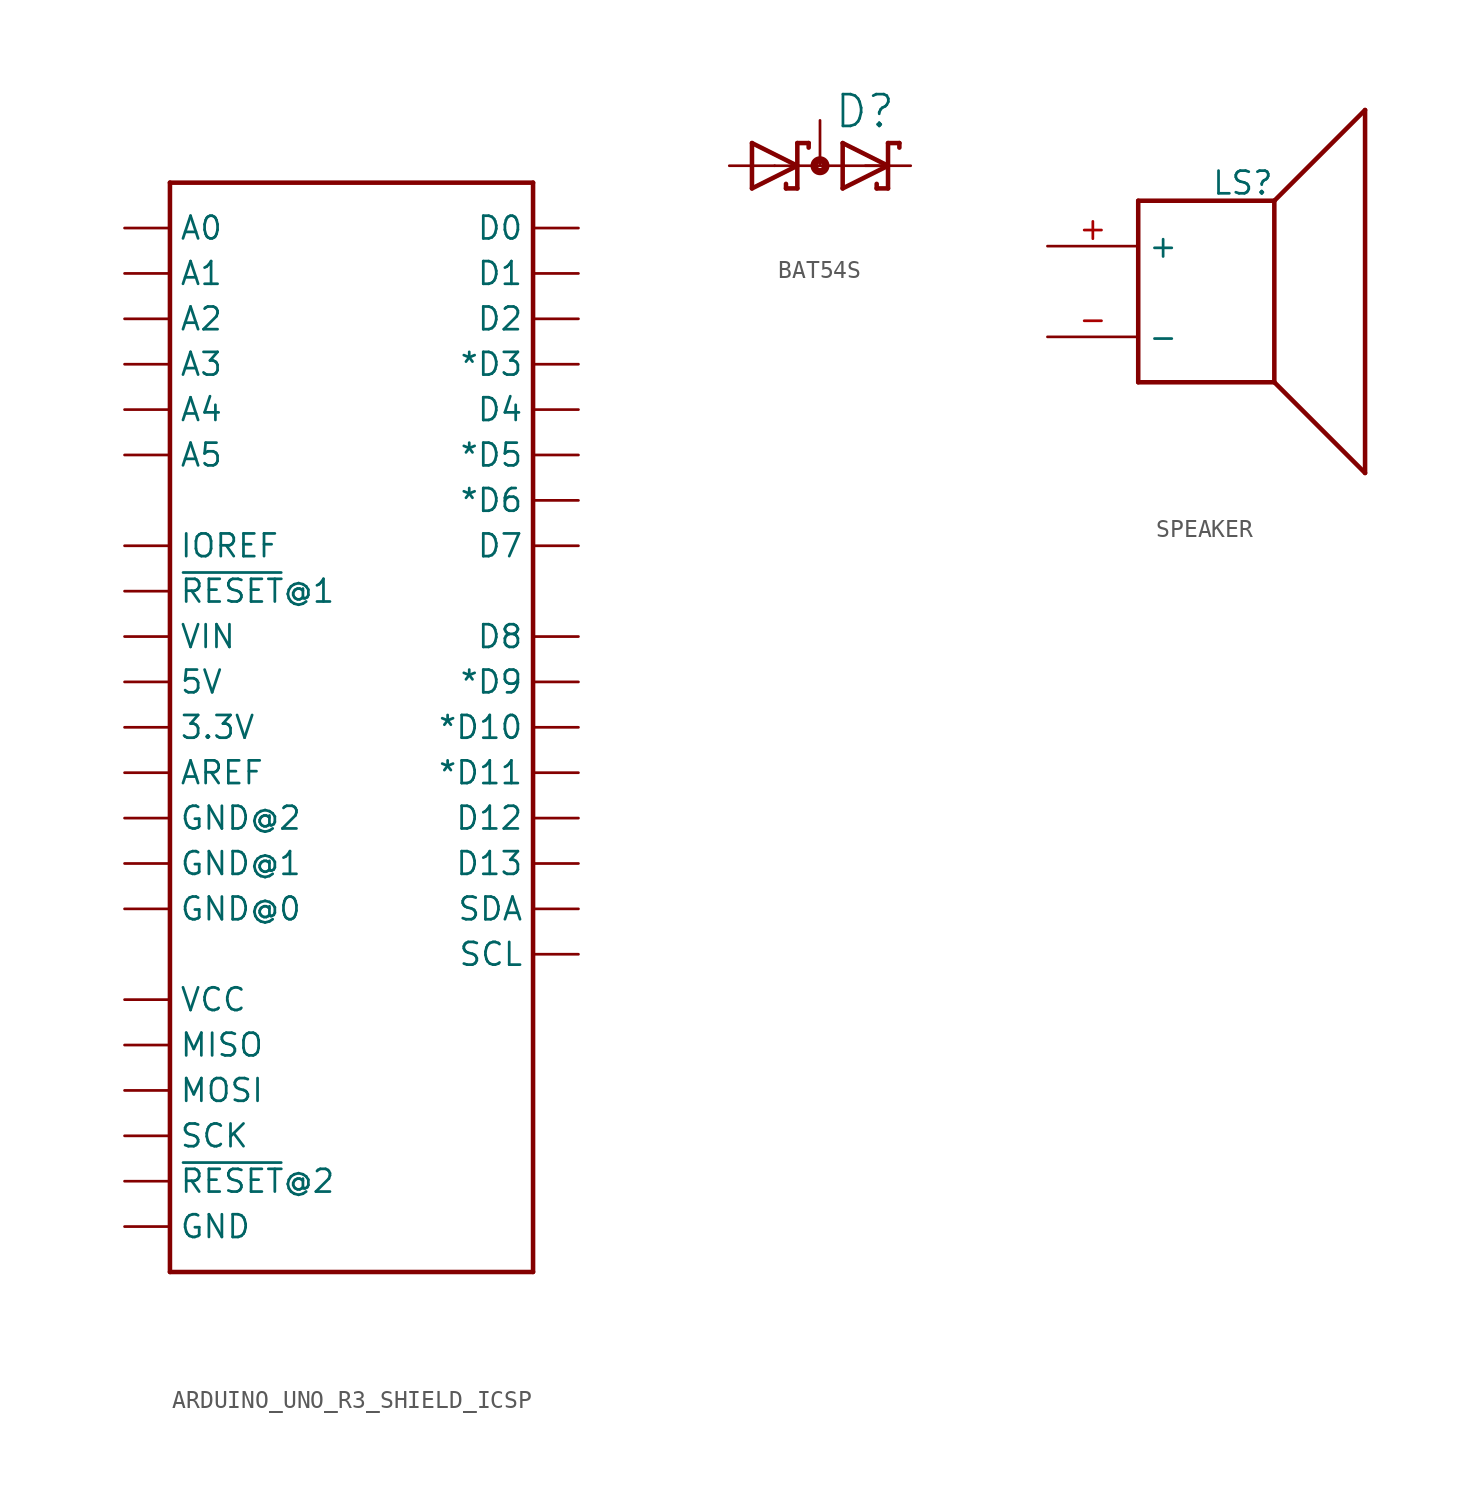
<source format=kicad_sym>
(kicad_symbol_lib
  (version 20220914)
  (generator kicad_symbol_editor)
  (symbol "ARDUINO_UNO_R3_SHIELD_ICSP"
    (property "Reference" "B"
      (at -9.652 31.242 0)
      (effects (font (size 1.778 1.778)) (justify left bottom) hide))
    (property "ki_locked" ""
      (at 0 0 0)
      (effects (font (size 1.27 1.27))))
    (symbol "ARDUINO_UNO_R3_SHIELD_ICSP_1_0"
      (polyline (pts (xy -10.16 -30.48) (xy -10.16 30.48)) (stroke (width 0.254) (type solid)) (fill (type none)))
      (polyline (pts (xy -10.16 30.48) (xy 10.16 30.48)) (stroke (width 0.254) (type solid)) (fill (type none)))
      (polyline (pts (xy 10.16 -30.48) (xy -10.16 -30.48)) (stroke (width 0.254) (type solid)) (fill (type none)))
      (polyline (pts (xy 10.16 30.48) (xy 10.16 -30.48)) (stroke (width 0.254) (type solid)) (fill (type none)))
      (pin bidirectional line (at -12.7 0 0) (length 2.54) (name "3.3V" (effects (font (size 1.27 1.27)))) (number "3.3V" (effects (font (size 0 0)))))
      (pin bidirectional line (at -12.7 2.54 0) (length 2.54) (name "5V" (effects (font (size 1.27 1.27)))) (number "5V" (effects (font (size 0 0)))))
      (pin bidirectional line (at -12.7 -15.24 0) (length 2.54) (name "VCC" (effects (font (size 1.27 1.27)))) (number "5V_ICSP" (effects (font (size 0 0)))))
      (pin bidirectional line (at -12.7 27.94 0) (length 2.54) (name "A0" (effects (font (size 1.27 1.27)))) (number "A0" (effects (font (size 0 0)))))
      (pin bidirectional line (at -12.7 25.4 0) (length 2.54) (name "A1" (effects (font (size 1.27 1.27)))) (number "A1" (effects (font (size 0 0)))))
      (pin bidirectional line (at -12.7 22.86 0) (length 2.54) (name "A2" (effects (font (size 1.27 1.27)))) (number "A2" (effects (font (size 0 0)))))
      (pin bidirectional line (at -12.7 20.32 0) (length 2.54) (name "A3" (effects (font (size 1.27 1.27)))) (number "A3" (effects (font (size 0 0)))))
      (pin bidirectional line (at -12.7 17.78 0) (length 2.54) (name "A4" (effects (font (size 1.27 1.27)))) (number "A4" (effects (font (size 0 0)))))
      (pin bidirectional line (at -12.7 15.24 0) (length 2.54) (name "A5" (effects (font (size 1.27 1.27)))) (number "A5" (effects (font (size 0 0)))))
      (pin bidirectional line (at -12.7 -2.54 0) (length 2.54) (name "AREF" (effects (font (size 1.27 1.27)))) (number "AREF" (effects (font (size 0 0)))))
      (pin bidirectional line (at 12.7 0 180) (length 2.54) (name "*D10" (effects (font (size 1.27 1.27)))) (number "D10" (effects (font (size 0 0)))))
      (pin bidirectional line (at 12.7 -2.54 180) (length 2.54) (name "*D11" (effects (font (size 1.27 1.27)))) (number "D11" (effects (font (size 0 0)))))
      (pin bidirectional line (at 12.7 -5.08 180) (length 2.54) (name "D12" (effects (font (size 1.27 1.27)))) (number "D12" (effects (font (size 0 0)))))
      (pin bidirectional line (at 12.7 -7.62 180) (length 2.54) (name "D13" (effects (font (size 1.27 1.27)))) (number "D13" (effects (font (size 0 0)))))
      (pin bidirectional line (at 12.7 22.86 180) (length 2.54) (name "D2" (effects (font (size 1.27 1.27)))) (number "D2" (effects (font (size 0 0)))))
      (pin bidirectional line (at 12.7 20.32 180) (length 2.54) (name "*D3" (effects (font (size 1.27 1.27)))) (number "D3" (effects (font (size 0 0)))))
      (pin bidirectional line (at 12.7 17.78 180) (length 2.54) (name "D4" (effects (font (size 1.27 1.27)))) (number "D4" (effects (font (size 0 0)))))
      (pin bidirectional line (at 12.7 15.24 180) (length 2.54) (name "*D5" (effects (font (size 1.27 1.27)))) (number "D5" (effects (font (size 0 0)))))
      (pin bidirectional line (at 12.7 12.7 180) (length 2.54) (name "*D6" (effects (font (size 1.27 1.27)))) (number "D6" (effects (font (size 0 0)))))
      (pin bidirectional line (at 12.7 10.16 180) (length 2.54) (name "D7" (effects (font (size 1.27 1.27)))) (number "D7" (effects (font (size 0 0)))))
      (pin bidirectional line (at 12.7 5.08 180) (length 2.54) (name "D8" (effects (font (size 1.27 1.27)))) (number "D8" (effects (font (size 0 0)))))
      (pin bidirectional line (at 12.7 2.54 180) (length 2.54) (name "*D9" (effects (font (size 1.27 1.27)))) (number "D9" (effects (font (size 0 0)))))
      (pin bidirectional line (at -12.7 -10.16 0) (length 2.54) (name "GND@0" (effects (font (size 1.27 1.27)))) (number "GND@0" (effects (font (size 0 0)))))
      (pin bidirectional line (at -12.7 -7.62 0) (length 2.54) (name "GND@1" (effects (font (size 1.27 1.27)))) (number "GND@1" (effects (font (size 0 0)))))
      (pin bidirectional line (at -12.7 -5.08 0) (length 2.54) (name "GND@2" (effects (font (size 1.27 1.27)))) (number "GND@2" (effects (font (size 0 0)))))
      (pin bidirectional line (at -12.7 -27.94 0) (length 2.54) (name "GND" (effects (font (size 1.27 1.27)))) (number "GND_ICSP" (effects (font (size 0 0)))))
      (pin bidirectional line (at -12.7 10.16 0) (length 2.54) (name "IOREF" (effects (font (size 1.27 1.27)))) (number "IOREF" (effects (font (size 0 0)))))
      (pin bidirectional line (at -12.7 -17.78 0) (length 2.54) (name "MISO" (effects (font (size 1.27 1.27)))) (number "MISO" (effects (font (size 0 0)))))
      (pin bidirectional line (at -12.7 -20.32 0) (length 2.54) (name "MOSI" (effects (font (size 1.27 1.27)))) (number "MOSI" (effects (font (size 0 0)))))
      (pin bidirectional line (at -12.7 7.62 0) (length 2.54) (name "~{RESET}@1" (effects (font (size 1.27 1.27)))) (number "RES" (effects (font (size 0 0)))))
      (pin bidirectional line (at -12.7 -25.4 0) (length 2.54) (name "~{RESET}@2" (effects (font (size 1.27 1.27)))) (number "RST_ICSP" (effects (font (size 0 0)))))
      (pin bidirectional line (at 12.7 27.94 180) (length 2.54) (name "D0" (effects (font (size 1.27 1.27)))) (number "RX" (effects (font (size 0 0)))))
      (pin bidirectional line (at -12.7 -22.86 0) (length 2.54) (name "SCK" (effects (font (size 1.27 1.27)))) (number "SCK" (effects (font (size 0 0)))))
      (pin bidirectional line (at 12.7 -12.7 180) (length 2.54) (name "SCL" (effects (font (size 1.27 1.27)))) (number "SCL" (effects (font (size 0 0)))))
      (pin bidirectional line (at 12.7 -10.16 180) (length 2.54) (name "SDA" (effects (font (size 1.27 1.27)))) (number "SDA" (effects (font (size 0 0)))))
      (pin bidirectional line (at 12.7 25.4 180) (length 2.54) (name "D1" (effects (font (size 1.27 1.27)))) (number "TX" (effects (font (size 0 0)))))
      (pin bidirectional line (at -12.7 5.08 0) (length 2.54) (name "VIN" (effects (font (size 1.27 1.27)))) (number "VIN" (effects (font (size 0 0)))))))
  (symbol "BAT54S"
    (property "Reference" "D"
      (at 0.762 2.007 0)
      (effects (font (size 1.778 1.778)) (justify left bottom)))
    (property "Value" ""
      (at -4.318 -3.962 0)
      (effects (font (size 1.778 1.778)) (justify left bottom)))
    (property "ki_locked" ""
      (at 0 0 0)
      (effects (font (size 1.27 1.27))))
    (symbol "BAT54S_1_0"
      (polyline (pts (xy -3.81 -1.27) (xy -1.27 0)) (stroke (width 0.254) (type solid)) (fill (type none)))
      (polyline (pts (xy -3.81 1.27) (xy -3.81 -1.27)) (stroke (width 0.254) (type solid)) (fill (type none)))
      (polyline (pts (xy -2.54 0) (xy -1.27 0)) (stroke (width 0.152) (type solid)) (fill (type none)))
      (polyline (pts (xy -1.905 -1.016) (xy -1.905 -1.27)) (stroke (width 0.254) (type solid)) (fill (type none)))
      (polyline (pts (xy -1.27 -1.27) (xy -1.905 -1.27)) (stroke (width 0.254) (type solid)) (fill (type none)))
      (polyline (pts (xy -1.27 0) (xy -3.81 1.27)) (stroke (width 0.254) (type solid)) (fill (type none)))
      (polyline (pts (xy -1.27 0) (xy -1.27 -1.27)) (stroke (width 0.254) (type solid)) (fill (type none)))
      (polyline (pts (xy -1.27 0) (xy 3.81 0)) (stroke (width 0.152) (type solid)) (fill (type none)))
      (polyline (pts (xy -1.27 1.27) (xy -1.27 0)) (stroke (width 0.254) (type solid)) (fill (type none)))
      (polyline (pts (xy -0.635 1.016) (xy -0.635 1.27)) (stroke (width 0.254) (type solid)) (fill (type none)))
      (polyline (pts (xy -0.635 1.27) (xy -1.27 1.27)) (stroke (width 0.254) (type solid)) (fill (type none)))
      (polyline (pts (xy 1.27 -1.27) (xy 1.27 1.27)) (stroke (width 0.254) (type solid)) (fill (type none)))
      (polyline (pts (xy 1.27 1.27) (xy 3.81 0)) (stroke (width 0.254) (type solid)) (fill (type none)))
      (polyline (pts (xy 3.175 -1.27) (xy 3.81 -1.27)) (stroke (width 0.254) (type solid)) (fill (type none)))
      (polyline (pts (xy 3.175 -1.016) (xy 3.175 -1.27)) (stroke (width 0.254) (type solid)) (fill (type none)))
      (polyline (pts (xy 3.81 -1.27) (xy 3.81 0)) (stroke (width 0.254) (type solid)) (fill (type none)))
      (polyline (pts (xy 3.81 0) (xy 1.27 -1.27)) (stroke (width 0.254) (type solid)) (fill (type none)))
      (polyline (pts (xy 3.81 0) (xy 3.81 1.27)) (stroke (width 0.254) (type solid)) (fill (type none)))
      (polyline (pts (xy 3.81 1.27) (xy 4.445 1.27)) (stroke (width 0.254) (type solid)) (fill (type none)))
      (polyline (pts (xy 4.445 1.016) (xy 4.445 1.27)) (stroke (width 0.254) (type solid)) (fill (type none)))
      (circle (center 0 0) (radius 0.127) (stroke (width 0.406) (type solid)) (fill (type none)))
      (pin passive line (at -5.08 0 0) (length 2.54) (name "A1" (effects (font (size 0 0)))) (number "1" (effects (font (size 0 0)))))
      (pin passive line (at 5.08 0 180) (length 2.54) (name "K2" (effects (font (size 0 0)))) (number "2" (effects (font (size 0 0)))))
      (pin passive line (at 0 2.54 270) (length 2.54) (name "K1A2" (effects (font (size 0 0)))) (number "3" (effects (font (size 0 0)))))))
  (symbol "SPEAKER"
    (property "Reference" "LS"
      (at 2.54 5.334 0)
      (effects (font (size 1.27 1.27)) (justify right bottom)))
    (property "Value" ""
      (at 2.54 -5.334 0)
      (effects (font (size 1.27 1.27)) (justify right top)))
    (property "ki_locked" ""
      (at 0 0 0)
      (effects (font (size 1.27 1.27))))
    (symbol "SPEAKER_1_0"
      (polyline (pts (xy -5.08 -5.08) (xy 2.54 -5.08)) (stroke (width 0.254) (type solid)) (fill (type none)))
      (polyline (pts (xy -5.08 5.08) (xy -5.08 -5.08)) (stroke (width 0.254) (type solid)) (fill (type none)))
      (polyline (pts (xy 2.54 -5.08) (xy 2.54 5.08)) (stroke (width 0.254) (type solid)) (fill (type none)))
      (polyline (pts (xy 2.54 5.08) (xy -5.08 5.08)) (stroke (width 0.254) (type solid)) (fill (type none)))
      (polyline (pts (xy 2.54 5.08) (xy 7.62 10.16)) (stroke (width 0.254) (type solid)) (fill (type none)))
      (polyline (pts (xy 7.62 -10.16) (xy 2.54 -5.08)) (stroke (width 0.254) (type solid)) (fill (type none)))
      (polyline (pts (xy 7.62 10.16) (xy 7.62 -10.16)) (stroke (width 0.254) (type solid)) (fill (type none)))
      (pin bidirectional line (at -10.16 2.54 0) (length 5.08) (name "+" (effects (font (size 1.27 1.27)))) (number "+" (effects (font (size 1.27 1.27)))))
      (pin bidirectional line (at -10.16 -2.54 0) (length 5.08) (name "-" (effects (font (size 1.27 1.27)))) (number "-" (effects (font (size 1.27 1.27))))))))
</source>
